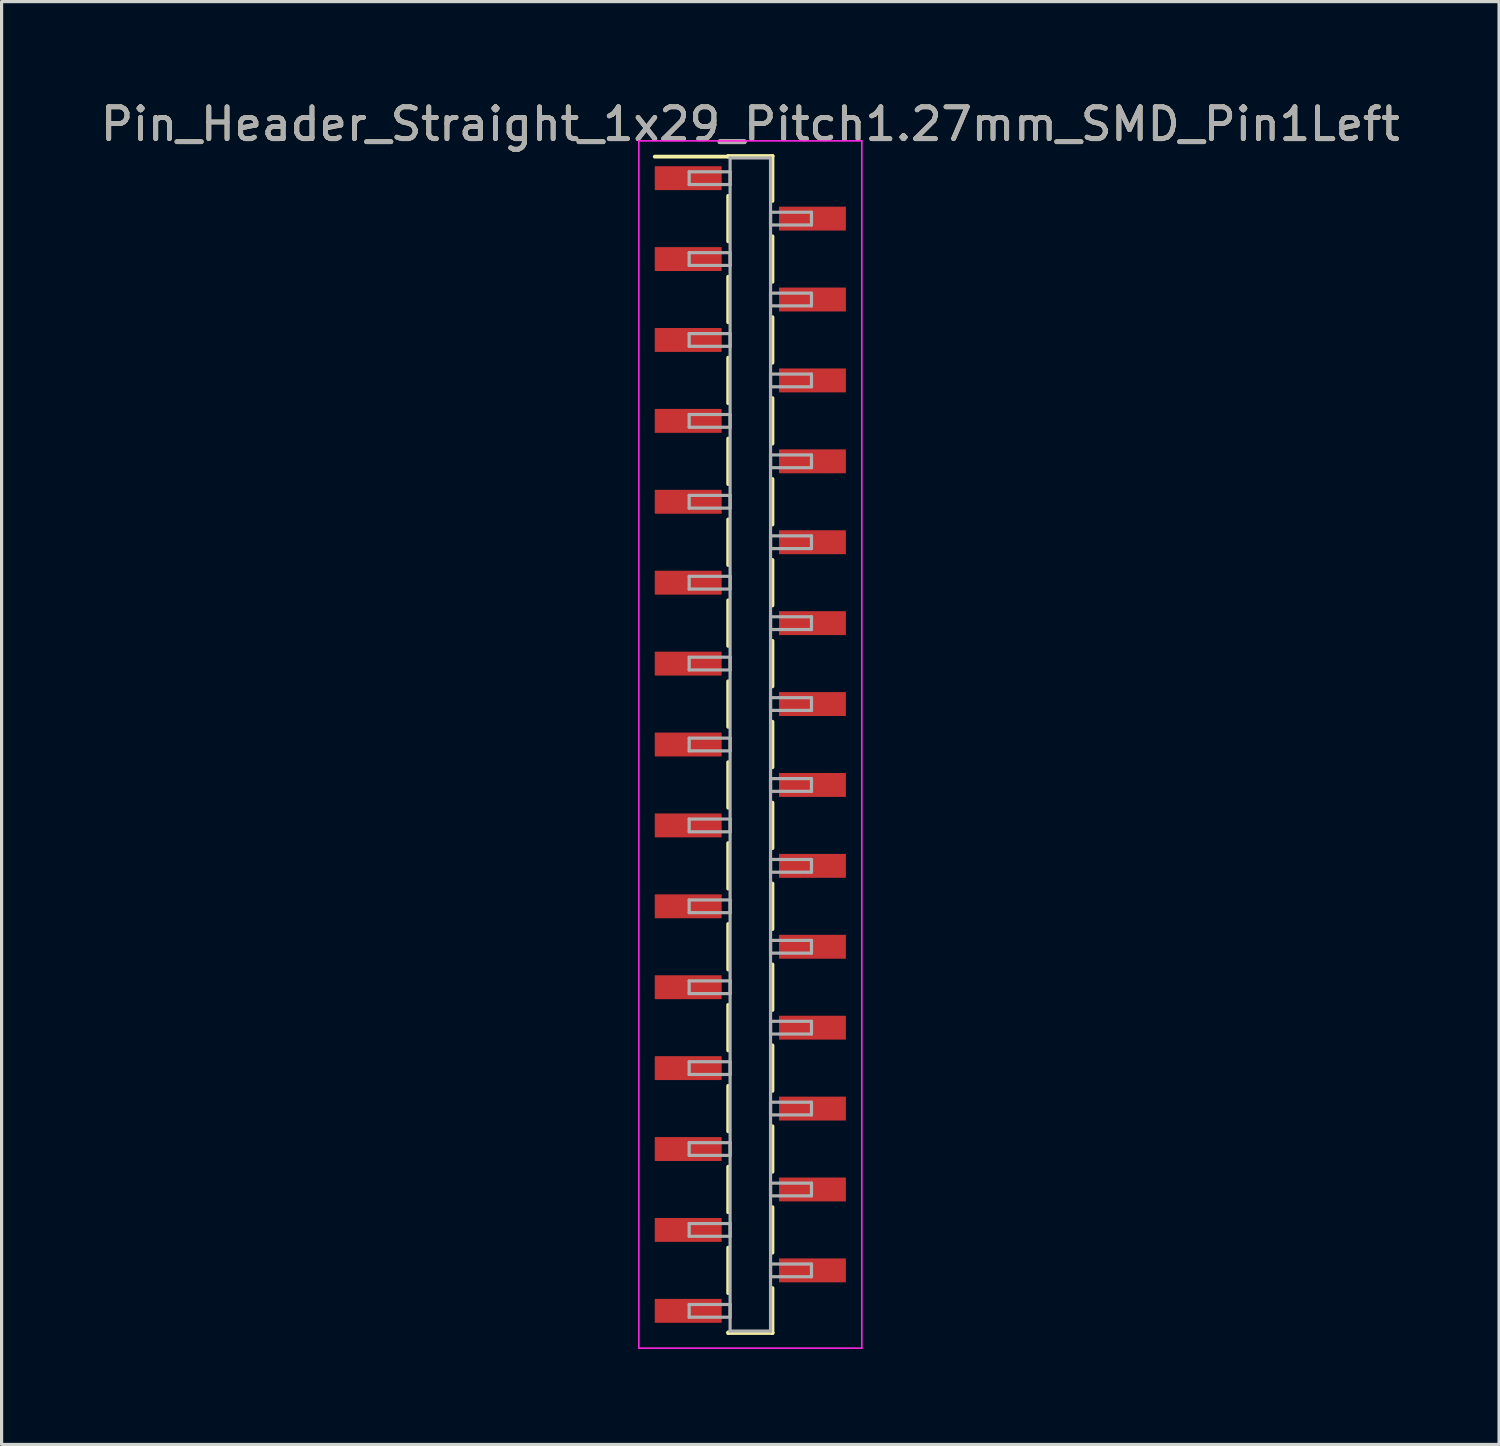
<source format=kicad_pcb>
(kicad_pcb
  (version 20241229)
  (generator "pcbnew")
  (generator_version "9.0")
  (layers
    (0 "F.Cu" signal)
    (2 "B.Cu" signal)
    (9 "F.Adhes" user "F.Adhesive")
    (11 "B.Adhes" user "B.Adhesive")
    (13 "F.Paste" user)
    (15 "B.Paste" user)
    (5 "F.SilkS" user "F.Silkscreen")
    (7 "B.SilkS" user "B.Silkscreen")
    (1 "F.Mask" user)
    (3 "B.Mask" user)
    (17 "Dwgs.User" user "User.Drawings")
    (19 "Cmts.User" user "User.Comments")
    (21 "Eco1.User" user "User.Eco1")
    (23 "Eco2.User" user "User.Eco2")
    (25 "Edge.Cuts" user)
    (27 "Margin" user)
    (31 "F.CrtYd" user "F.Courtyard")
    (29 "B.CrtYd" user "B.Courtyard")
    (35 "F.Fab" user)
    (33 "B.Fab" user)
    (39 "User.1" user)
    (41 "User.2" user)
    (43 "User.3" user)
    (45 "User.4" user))
  (footprint "Pin_Header_Straight_1x29_Pitch1.27mm_SMD_Pin1Left"
    (layer "F.Cu")
    (at 20.506 20.323)
    (property "Reference" "Pin_Header_Straight_1x29_Pitch1.27mm_SMD_Pin1Left" (at 0 -19.475 0) (layer "F.SilkS") (effects (font (size 1 1) (thickness 0.15))))
    (attr smd)
    (fp_line (start -0.695 -18.475) (end 0.695 -18.475) (stroke (width 0.12) (type solid)) (layer "F.SilkS"))
    (fp_line (start -0.695 -18.455) (end -3 -18.455) (stroke (width 0.12) (type solid)) (layer "F.SilkS"))
    (fp_line (start -0.695 -18.455) (end -0.695 -18.475) (stroke (width 0.12) (type solid)) (layer "F.SilkS"))
    (fp_line (start -0.695 -17.225) (end -0.695 -15.795) (stroke (width 0.12) (type solid)) (layer "F.SilkS"))
    (fp_line (start -0.695 -14.685) (end -0.695 -13.255) (stroke (width 0.12) (type solid)) (layer "F.SilkS"))
    (fp_line (start -0.695 -12.145) (end -0.695 -10.715) (stroke (width 0.12) (type solid)) (layer "F.SilkS"))
    (fp_line (start -0.695 -9.605) (end -0.695 -8.175) (stroke (width 0.12) (type solid)) (layer "F.SilkS"))
    (fp_line (start -0.695 -7.065) (end -0.695 -5.635) (stroke (width 0.12) (type solid)) (layer "F.SilkS"))
    (fp_line (start -0.695 -4.525) (end -0.695 -3.095) (stroke (width 0.12) (type solid)) (layer "F.SilkS"))
    (fp_line (start -0.695 -1.985) (end -0.695 -0.555) (stroke (width 0.12) (type solid)) (layer "F.SilkS"))
    (fp_line (start -0.695 0.555) (end -0.695 1.985) (stroke (width 0.12) (type solid)) (layer "F.SilkS"))
    (fp_line (start -0.695 3.095) (end -0.695 4.525) (stroke (width 0.12) (type solid)) (layer "F.SilkS"))
    (fp_line (start -0.695 5.635) (end -0.695 7.065) (stroke (width 0.12) (type solid)) (layer "F.SilkS"))
    (fp_line (start -0.695 8.175) (end -0.695 9.605) (stroke (width 0.12) (type solid)) (layer "F.SilkS"))
    (fp_line (start -0.695 10.715) (end -0.695 12.145) (stroke (width 0.12) (type solid)) (layer "F.SilkS"))
    (fp_line (start -0.695 13.255) (end -0.695 14.685) (stroke (width 0.12) (type solid)) (layer "F.SilkS"))
    (fp_line (start -0.695 15.795) (end -0.695 17.225) (stroke (width 0.12) (type solid)) (layer "F.SilkS"))
    (fp_line (start -0.695 18.455) (end -0.695 18.475) (stroke (width 0.12) (type solid)) (layer "F.SilkS"))
    (fp_line (start -0.695 18.475) (end 0.695 18.475) (stroke (width 0.12) (type solid)) (layer "F.SilkS"))
    (fp_line (start 0.695 -18.475) (end 0.695 -18.455) (stroke (width 0.12) (type solid)) (layer "F.SilkS"))
    (fp_line (start 0.695 -18.475) (end 0.695 -17.065) (stroke (width 0.12) (type solid)) (layer "F.SilkS"))
    (fp_line (start 0.695 -15.955) (end 0.695 -14.525) (stroke (width 0.12) (type solid)) (layer "F.SilkS"))
    (fp_line (start 0.695 -13.415) (end 0.695 -11.985) (stroke (width 0.12) (type solid)) (layer "F.SilkS"))
    (fp_line (start 0.695 -10.875) (end 0.695 -9.445) (stroke (width 0.12) (type solid)) (layer "F.SilkS"))
    (fp_line (start 0.695 -8.335) (end 0.695 -6.905) (stroke (width 0.12) (type solid)) (layer "F.SilkS"))
    (fp_line (start 0.695 -5.795) (end 0.695 -4.365) (stroke (width 0.12) (type solid)) (layer "F.SilkS"))
    (fp_line (start 0.695 -3.255) (end 0.695 -1.825) (stroke (width 0.12) (type solid)) (layer "F.SilkS"))
    (fp_line (start 0.695 -0.715) (end 0.695 0.715) (stroke (width 0.12) (type solid)) (layer "F.SilkS"))
    (fp_line (start 0.695 1.825) (end 0.695 3.255) (stroke (width 0.12) (type solid)) (layer "F.SilkS"))
    (fp_line (start 0.695 4.365) (end 0.695 5.795) (stroke (width 0.12) (type solid)) (layer "F.SilkS"))
    (fp_line (start 0.695 6.905) (end 0.695 8.335) (stroke (width 0.12) (type solid)) (layer "F.SilkS"))
    (fp_line (start 0.695 9.445) (end 0.695 10.875) (stroke (width 0.12) (type solid)) (layer "F.SilkS"))
    (fp_line (start 0.695 11.985) (end 0.695 13.415) (stroke (width 0.12) (type solid)) (layer "F.SilkS"))
    (fp_line (start 0.695 14.525) (end 0.695 15.955) (stroke (width 0.12) (type solid)) (layer "F.SilkS"))
    (fp_line (start 0.695 17.065) (end 0.695 18.475) (stroke (width 0.12) (type solid)) (layer "F.SilkS"))
    (fp_line (start 0.695 18.475) (end 0.695 18.455) (stroke (width 0.12) (type solid)) (layer "F.SilkS"))
    (fp_line (start -3.5 -18.95) (end -3.5 18.95) (stroke (width 0.05) (type solid)) (layer "F.CrtYd"))
    (fp_line (start -3.5 18.95) (end 3.5 18.95) (stroke (width 0.05) (type solid)) (layer "F.CrtYd"))
    (fp_line (start 3.5 -18.95) (end -3.5 -18.95) (stroke (width 0.05) (type solid)) (layer "F.CrtYd"))
    (fp_line (start 3.5 18.95) (end 3.5 -18.95) (stroke (width 0.05) (type solid)) (layer "F.CrtYd"))
    (fp_line (start -1.92 -17.98) (end -0.635 -17.98) (stroke (width 0.1) (type solid)) (layer "F.Fab"))
    (fp_line (start -1.92 -17.58) (end -1.92 -17.98) (stroke (width 0.1) (type solid)) (layer "F.Fab"))
    (fp_line (start -1.92 -15.44) (end -0.635 -15.44) (stroke (width 0.1) (type solid)) (layer "F.Fab"))
    (fp_line (start -1.92 -15.04) (end -1.92 -15.44) (stroke (width 0.1) (type solid)) (layer "F.Fab"))
    (fp_line (start -1.92 -12.9) (end -0.635 -12.9) (stroke (width 0.1) (type solid)) (layer "F.Fab"))
    (fp_line (start -1.92 -12.5) (end -1.92 -12.9) (stroke (width 0.1) (type solid)) (layer "F.Fab"))
    (fp_line (start -1.92 -10.36) (end -0.635 -10.36) (stroke (width 0.1) (type solid)) (layer "F.Fab"))
    (fp_line (start -1.92 -9.96) (end -1.92 -10.36) (stroke (width 0.1) (type solid)) (layer "F.Fab"))
    (fp_line (start -1.92 -7.82) (end -0.635 -7.82) (stroke (width 0.1) (type solid)) (layer "F.Fab"))
    (fp_line (start -1.92 -7.42) (end -1.92 -7.82) (stroke (width 0.1) (type solid)) (layer "F.Fab"))
    (fp_line (start -1.92 -5.28) (end -0.635 -5.28) (stroke (width 0.1) (type solid)) (layer "F.Fab"))
    (fp_line (start -1.92 -4.88) (end -1.92 -5.28) (stroke (width 0.1) (type solid)) (layer "F.Fab"))
    (fp_line (start -1.92 -2.74) (end -0.635 -2.74) (stroke (width 0.1) (type solid)) (layer "F.Fab"))
    (fp_line (start -1.92 -2.34) (end -1.92 -2.74) (stroke (width 0.1) (type solid)) (layer "F.Fab"))
    (fp_line (start -1.92 -0.2) (end -0.635 -0.2) (stroke (width 0.1) (type solid)) (layer "F.Fab"))
    (fp_line (start -1.92 0.2) (end -1.92 -0.2) (stroke (width 0.1) (type solid)) (layer "F.Fab"))
    (fp_line (start -1.92 2.34) (end -0.635 2.34) (stroke (width 0.1) (type solid)) (layer "F.Fab"))
    (fp_line (start -1.92 2.74) (end -1.92 2.34) (stroke (width 0.1) (type solid)) (layer "F.Fab"))
    (fp_line (start -1.92 4.88) (end -0.635 4.88) (stroke (width 0.1) (type solid)) (layer "F.Fab"))
    (fp_line (start -1.92 5.28) (end -1.92 4.88) (stroke (width 0.1) (type solid)) (layer "F.Fab"))
    (fp_line (start -1.92 7.42) (end -0.635 7.42) (stroke (width 0.1) (type solid)) (layer "F.Fab"))
    (fp_line (start -1.92 7.82) (end -1.92 7.42) (stroke (width 0.1) (type solid)) (layer "F.Fab"))
    (fp_line (start -1.92 9.96) (end -0.635 9.96) (stroke (width 0.1) (type solid)) (layer "F.Fab"))
    (fp_line (start -1.92 10.36) (end -1.92 9.96) (stroke (width 0.1) (type solid)) (layer "F.Fab"))
    (fp_line (start -1.92 12.5) (end -0.635 12.5) (stroke (width 0.1) (type solid)) (layer "F.Fab"))
    (fp_line (start -1.92 12.9) (end -1.92 12.5) (stroke (width 0.1) (type solid)) (layer "F.Fab"))
    (fp_line (start -1.92 15.04) (end -0.635 15.04) (stroke (width 0.1) (type solid)) (layer "F.Fab"))
    (fp_line (start -1.92 15.44) (end -1.92 15.04) (stroke (width 0.1) (type solid)) (layer "F.Fab"))
    (fp_line (start -1.92 17.58) (end -0.635 17.58) (stroke (width 0.1) (type solid)) (layer "F.Fab"))
    (fp_line (start -1.92 17.98) (end -1.92 17.58) (stroke (width 0.1) (type solid)) (layer "F.Fab"))
    (fp_line (start -0.635 -18.415) (end -0.635 18.415) (stroke (width 0.1) (type solid)) (layer "F.Fab"))
    (fp_line (start -0.635 -17.98) (end -0.635 -17.58) (stroke (width 0.1) (type solid)) (layer "F.Fab"))
    (fp_line (start -0.635 -17.58) (end -1.92 -17.58) (stroke (width 0.1) (type solid)) (layer "F.Fab"))
    (fp_line (start -0.635 -15.44) (end -0.635 -15.04) (stroke (width 0.1) (type solid)) (layer "F.Fab"))
    (fp_line (start -0.635 -15.04) (end -1.92 -15.04) (stroke (width 0.1) (type solid)) (layer "F.Fab"))
    (fp_line (start -0.635 -12.9) (end -0.635 -12.5) (stroke (width 0.1) (type solid)) (layer "F.Fab"))
    (fp_line (start -0.635 -12.5) (end -1.92 -12.5) (stroke (width 0.1) (type solid)) (layer "F.Fab"))
    (fp_line (start -0.635 -10.36) (end -0.635 -9.96) (stroke (width 0.1) (type solid)) (layer "F.Fab"))
    (fp_line (start -0.635 -9.96) (end -1.92 -9.96) (stroke (width 0.1) (type solid)) (layer "F.Fab"))
    (fp_line (start -0.635 -7.82) (end -0.635 -7.42) (stroke (width 0.1) (type solid)) (layer "F.Fab"))
    (fp_line (start -0.635 -7.42) (end -1.92 -7.42) (stroke (width 0.1) (type solid)) (layer "F.Fab"))
    (fp_line (start -0.635 -5.28) (end -0.635 -4.88) (stroke (width 0.1) (type solid)) (layer "F.Fab"))
    (fp_line (start -0.635 -4.88) (end -1.92 -4.88) (stroke (width 0.1) (type solid)) (layer "F.Fab"))
    (fp_line (start -0.635 -2.74) (end -0.635 -2.34) (stroke (width 0.1) (type solid)) (layer "F.Fab"))
    (fp_line (start -0.635 -2.34) (end -1.92 -2.34) (stroke (width 0.1) (type solid)) (layer "F.Fab"))
    (fp_line (start -0.635 -0.2) (end -0.635 0.2) (stroke (width 0.1) (type solid)) (layer "F.Fab"))
    (fp_line (start -0.635 0.2) (end -1.92 0.2) (stroke (width 0.1) (type solid)) (layer "F.Fab"))
    (fp_line (start -0.635 2.34) (end -0.635 2.74) (stroke (width 0.1) (type solid)) (layer "F.Fab"))
    (fp_line (start -0.635 2.74) (end -1.92 2.74) (stroke (width 0.1) (type solid)) (layer "F.Fab"))
    (fp_line (start -0.635 4.88) (end -0.635 5.28) (stroke (width 0.1) (type solid)) (layer "F.Fab"))
    (fp_line (start -0.635 5.28) (end -1.92 5.28) (stroke (width 0.1) (type solid)) (layer "F.Fab"))
    (fp_line (start -0.635 7.42) (end -0.635 7.82) (stroke (width 0.1) (type solid)) (layer "F.Fab"))
    (fp_line (start -0.635 7.82) (end -1.92 7.82) (stroke (width 0.1) (type solid)) (layer "F.Fab"))
    (fp_line (start -0.635 9.96) (end -0.635 10.36) (stroke (width 0.1) (type solid)) (layer "F.Fab"))
    (fp_line (start -0.635 10.36) (end -1.92 10.36) (stroke (width 0.1) (type solid)) (layer "F.Fab"))
    (fp_line (start -0.635 12.5) (end -0.635 12.9) (stroke (width 0.1) (type solid)) (layer "F.Fab"))
    (fp_line (start -0.635 12.9) (end -1.92 12.9) (stroke (width 0.1) (type solid)) (layer "F.Fab"))
    (fp_line (start -0.635 15.04) (end -0.635 15.44) (stroke (width 0.1) (type solid)) (layer "F.Fab"))
    (fp_line (start -0.635 15.44) (end -1.92 15.44) (stroke (width 0.1) (type solid)) (layer "F.Fab"))
    (fp_line (start -0.635 17.58) (end -0.635 17.98) (stroke (width 0.1) (type solid)) (layer "F.Fab"))
    (fp_line (start -0.635 17.98) (end -1.92 17.98) (stroke (width 0.1) (type solid)) (layer "F.Fab"))
    (fp_line (start -0.635 18.415) (end 0.635 18.415) (stroke (width 0.1) (type solid)) (layer "F.Fab"))
    (fp_line (start 0.635 -18.415) (end -0.635 -18.415) (stroke (width 0.1) (type solid)) (layer "F.Fab"))
    (fp_line (start 0.635 -16.71) (end 0.635 -16.31) (stroke (width 0.1) (type solid)) (layer "F.Fab"))
    (fp_line (start 0.635 -16.31) (end 1.92 -16.31) (stroke (width 0.1) (type solid)) (layer "F.Fab"))
    (fp_line (start 0.635 -14.17) (end 0.635 -13.77) (stroke (width 0.1) (type solid)) (layer "F.Fab"))
    (fp_line (start 0.635 -13.77) (end 1.92 -13.77) (stroke (width 0.1) (type solid)) (layer "F.Fab"))
    (fp_line (start 0.635 -11.63) (end 0.635 -11.23) (stroke (width 0.1) (type solid)) (layer "F.Fab"))
    (fp_line (start 0.635 -11.23) (end 1.92 -11.23) (stroke (width 0.1) (type solid)) (layer "F.Fab"))
    (fp_line (start 0.635 -9.09) (end 0.635 -8.69) (stroke (width 0.1) (type solid)) (layer "F.Fab"))
    (fp_line (start 0.635 -8.69) (end 1.92 -8.69) (stroke (width 0.1) (type solid)) (layer "F.Fab"))
    (fp_line (start 0.635 -6.55) (end 0.635 -6.15) (stroke (width 0.1) (type solid)) (layer "F.Fab"))
    (fp_line (start 0.635 -6.15) (end 1.92 -6.15) (stroke (width 0.1) (type solid)) (layer "F.Fab"))
    (fp_line (start 0.635 -4.01) (end 0.635 -3.61) (stroke (width 0.1) (type solid)) (layer "F.Fab"))
    (fp_line (start 0.635 -3.61) (end 1.92 -3.61) (stroke (width 0.1) (type solid)) (layer "F.Fab"))
    (fp_line (start 0.635 -1.47) (end 0.635 -1.07) (stroke (width 0.1) (type solid)) (layer "F.Fab"))
    (fp_line (start 0.635 -1.07) (end 1.92 -1.07) (stroke (width 0.1) (type solid)) (layer "F.Fab"))
    (fp_line (start 0.635 1.07) (end 0.635 1.47) (stroke (width 0.1) (type solid)) (layer "F.Fab"))
    (fp_line (start 0.635 1.47) (end 1.92 1.47) (stroke (width 0.1) (type solid)) (layer "F.Fab"))
    (fp_line (start 0.635 3.61) (end 0.635 4.01) (stroke (width 0.1) (type solid)) (layer "F.Fab"))
    (fp_line (start 0.635 4.01) (end 1.92 4.01) (stroke (width 0.1) (type solid)) (layer "F.Fab"))
    (fp_line (start 0.635 6.15) (end 0.635 6.55) (stroke (width 0.1) (type solid)) (layer "F.Fab"))
    (fp_line (start 0.635 6.55) (end 1.92 6.55) (stroke (width 0.1) (type solid)) (layer "F.Fab"))
    (fp_line (start 0.635 8.69) (end 0.635 9.09) (stroke (width 0.1) (type solid)) (layer "F.Fab"))
    (fp_line (start 0.635 9.09) (end 1.92 9.09) (stroke (width 0.1) (type solid)) (layer "F.Fab"))
    (fp_line (start 0.635 11.23) (end 0.635 11.63) (stroke (width 0.1) (type solid)) (layer "F.Fab"))
    (fp_line (start 0.635 11.63) (end 1.92 11.63) (stroke (width 0.1) (type solid)) (layer "F.Fab"))
    (fp_line (start 0.635 13.77) (end 0.635 14.17) (stroke (width 0.1) (type solid)) (layer "F.Fab"))
    (fp_line (start 0.635 14.17) (end 1.92 14.17) (stroke (width 0.1) (type solid)) (layer "F.Fab"))
    (fp_line (start 0.635 16.31) (end 0.635 16.71) (stroke (width 0.1) (type solid)) (layer "F.Fab"))
    (fp_line (start 0.635 16.71) (end 1.92 16.71) (stroke (width 0.1) (type solid)) (layer "F.Fab"))
    (fp_line (start 0.635 18.415) (end 0.635 -18.415) (stroke (width 0.1) (type solid)) (layer "F.Fab"))
    (fp_line (start 1.92 -16.71) (end 0.635 -16.71) (stroke (width 0.1) (type solid)) (layer "F.Fab"))
    (fp_line (start 1.92 -16.31) (end 1.92 -16.71) (stroke (width 0.1) (type solid)) (layer "F.Fab"))
    (fp_line (start 1.92 -14.17) (end 0.635 -14.17) (stroke (width 0.1) (type solid)) (layer "F.Fab"))
    (fp_line (start 1.92 -13.77) (end 1.92 -14.17) (stroke (width 0.1) (type solid)) (layer "F.Fab"))
    (fp_line (start 1.92 -11.63) (end 0.635 -11.63) (stroke (width 0.1) (type solid)) (layer "F.Fab"))
    (fp_line (start 1.92 -11.23) (end 1.92 -11.63) (stroke (width 0.1) (type solid)) (layer "F.Fab"))
    (fp_line (start 1.92 -9.09) (end 0.635 -9.09) (stroke (width 0.1) (type solid)) (layer "F.Fab"))
    (fp_line (start 1.92 -8.69) (end 1.92 -9.09) (stroke (width 0.1) (type solid)) (layer "F.Fab"))
    (fp_line (start 1.92 -6.55) (end 0.635 -6.55) (stroke (width 0.1) (type solid)) (layer "F.Fab"))
    (fp_line (start 1.92 -6.15) (end 1.92 -6.55) (stroke (width 0.1) (type solid)) (layer "F.Fab"))
    (fp_line (start 1.92 -4.01) (end 0.635 -4.01) (stroke (width 0.1) (type solid)) (layer "F.Fab"))
    (fp_line (start 1.92 -3.61) (end 1.92 -4.01) (stroke (width 0.1) (type solid)) (layer "F.Fab"))
    (fp_line (start 1.92 -1.47) (end 0.635 -1.47) (stroke (width 0.1) (type solid)) (layer "F.Fab"))
    (fp_line (start 1.92 -1.07) (end 1.92 -1.47) (stroke (width 0.1) (type solid)) (layer "F.Fab"))
    (fp_line (start 1.92 1.07) (end 0.635 1.07) (stroke (width 0.1) (type solid)) (layer "F.Fab"))
    (fp_line (start 1.92 1.47) (end 1.92 1.07) (stroke (width 0.1) (type solid)) (layer "F.Fab"))
    (fp_line (start 1.92 3.61) (end 0.635 3.61) (stroke (width 0.1) (type solid)) (layer "F.Fab"))
    (fp_line (start 1.92 4.01) (end 1.92 3.61) (stroke (width 0.1) (type solid)) (layer "F.Fab"))
    (fp_line (start 1.92 6.15) (end 0.635 6.15) (stroke (width 0.1) (type solid)) (layer "F.Fab"))
    (fp_line (start 1.92 6.55) (end 1.92 6.15) (stroke (width 0.1) (type solid)) (layer "F.Fab"))
    (fp_line (start 1.92 8.69) (end 0.635 8.69) (stroke (width 0.1) (type solid)) (layer "F.Fab"))
    (fp_line (start 1.92 9.09) (end 1.92 8.69) (stroke (width 0.1) (type solid)) (layer "F.Fab"))
    (fp_line (start 1.92 11.23) (end 0.635 11.23) (stroke (width 0.1) (type solid)) (layer "F.Fab"))
    (fp_line (start 1.92 11.63) (end 1.92 11.23) (stroke (width 0.1) (type solid)) (layer "F.Fab"))
    (fp_line (start 1.92 13.77) (end 0.635 13.77) (stroke (width 0.1) (type solid)) (layer "F.Fab"))
    (fp_line (start 1.92 14.17) (end 1.92 13.77) (stroke (width 0.1) (type solid)) (layer "F.Fab"))
    (fp_line (start 1.92 16.31) (end 0.635 16.31) (stroke (width 0.1) (type solid)) (layer "F.Fab"))
    (fp_line (start 1.92 16.71) (end 1.92 16.31) (stroke (width 0.1) (type solid)) (layer "F.Fab"))
    (fp_text user "${REFERENCE}" (at 0 -19.475 0) (layer "F.Fab") (effects (font (size 1 1) (thickness 0.15))))
    (pad "1" smd rect (at -1.95 -17.78) (size 2.1 0.75) (layers "F.Cu" "F.Mask" "F.Paste"))
    (pad "2" smd rect (at 1.95 -16.51) (size 2.1 0.75) (layers "F.Cu" "F.Mask" "F.Paste"))
    (pad "3" smd rect (at -1.95 -15.24) (size 2.1 0.75) (layers "F.Cu" "F.Mask" "F.Paste"))
    (pad "4" smd rect (at 1.95 -13.97) (size 2.1 0.75) (layers "F.Cu" "F.Mask" "F.Paste"))
    (pad "5" smd rect (at -1.95 -12.7) (size 2.1 0.75) (layers "F.Cu" "F.Mask" "F.Paste"))
    (pad "6" smd rect (at 1.95 -11.43) (size 2.1 0.75) (layers "F.Cu" "F.Mask" "F.Paste"))
    (pad "7" smd rect (at -1.95 -10.16) (size 2.1 0.75) (layers "F.Cu" "F.Mask" "F.Paste"))
    (pad "8" smd rect (at 1.95 -8.89) (size 2.1 0.75) (layers "F.Cu" "F.Mask" "F.Paste"))
    (pad "9" smd rect (at -1.95 -7.62) (size 2.1 0.75) (layers "F.Cu" "F.Mask" "F.Paste"))
    (pad "10" smd rect (at 1.95 -6.35) (size 2.1 0.75) (layers "F.Cu" "F.Mask" "F.Paste"))
    (pad "11" smd rect (at -1.95 -5.08) (size 2.1 0.75) (layers "F.Cu" "F.Mask" "F.Paste"))
    (pad "12" smd rect (at 1.95 -3.81) (size 2.1 0.75) (layers "F.Cu" "F.Mask" "F.Paste"))
    (pad "13" smd rect (at -1.95 -2.54) (size 2.1 0.75) (layers "F.Cu" "F.Mask" "F.Paste"))
    (pad "14" smd rect (at 1.95 -1.27) (size 2.1 0.75) (layers "F.Cu" "F.Mask" "F.Paste"))
    (pad "15" smd rect (at -1.95 0) (size 2.1 0.75) (layers "F.Cu" "F.Mask" "F.Paste"))
    (pad "16" smd rect (at 1.95 1.27) (size 2.1 0.75) (layers "F.Cu" "F.Mask" "F.Paste"))
    (pad "17" smd rect (at -1.95 2.54) (size 2.1 0.75) (layers "F.Cu" "F.Mask" "F.Paste"))
    (pad "18" smd rect (at 1.95 3.81) (size 2.1 0.75) (layers "F.Cu" "F.Mask" "F.Paste"))
    (pad "19" smd rect (at -1.95 5.08) (size 2.1 0.75) (layers "F.Cu" "F.Mask" "F.Paste"))
    (pad "20" smd rect (at 1.95 6.35) (size 2.1 0.75) (layers "F.Cu" "F.Mask" "F.Paste"))
    (pad "21" smd rect (at -1.95 7.62) (size 2.1 0.75) (layers "F.Cu" "F.Mask" "F.Paste"))
    (pad "22" smd rect (at 1.95 8.89) (size 2.1 0.75) (layers "F.Cu" "F.Mask" "F.Paste"))
    (pad "23" smd rect (at -1.95 10.16) (size 2.1 0.75) (layers "F.Cu" "F.Mask" "F.Paste"))
    (pad "24" smd rect (at 1.95 11.43) (size 2.1 0.75) (layers "F.Cu" "F.Mask" "F.Paste"))
    (pad "25" smd rect (at -1.95 12.7) (size 2.1 0.75) (layers "F.Cu" "F.Mask" "F.Paste"))
    (pad "26" smd rect (at 1.95 13.97) (size 2.1 0.75) (layers "F.Cu" "F.Mask" "F.Paste"))
    (pad "27" smd rect (at -1.95 15.24) (size 2.1 0.75) (layers "F.Cu" "F.Mask" "F.Paste"))
    (pad "28" smd rect (at 1.95 16.51) (size 2.1 0.75) (layers "F.Cu" "F.Mask" "F.Paste"))
    (pad "29" smd rect (at -1.95 17.78) (size 2.1 0.75) (layers "F.Cu" "F.Mask" "F.Paste")))
  (gr_rect
    (start -3 -3)
    (end 44.012 42.298)
    (stroke (width 0.1) (type default))
    (fill no)
    (layer "Edge.Cuts")))
</source>
